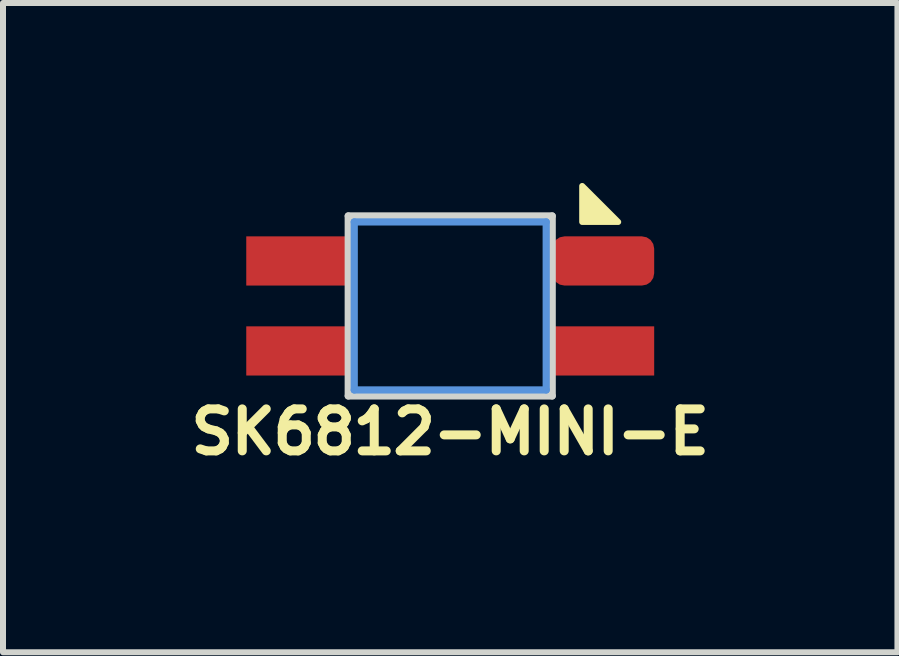
<source format=kicad_pcb>
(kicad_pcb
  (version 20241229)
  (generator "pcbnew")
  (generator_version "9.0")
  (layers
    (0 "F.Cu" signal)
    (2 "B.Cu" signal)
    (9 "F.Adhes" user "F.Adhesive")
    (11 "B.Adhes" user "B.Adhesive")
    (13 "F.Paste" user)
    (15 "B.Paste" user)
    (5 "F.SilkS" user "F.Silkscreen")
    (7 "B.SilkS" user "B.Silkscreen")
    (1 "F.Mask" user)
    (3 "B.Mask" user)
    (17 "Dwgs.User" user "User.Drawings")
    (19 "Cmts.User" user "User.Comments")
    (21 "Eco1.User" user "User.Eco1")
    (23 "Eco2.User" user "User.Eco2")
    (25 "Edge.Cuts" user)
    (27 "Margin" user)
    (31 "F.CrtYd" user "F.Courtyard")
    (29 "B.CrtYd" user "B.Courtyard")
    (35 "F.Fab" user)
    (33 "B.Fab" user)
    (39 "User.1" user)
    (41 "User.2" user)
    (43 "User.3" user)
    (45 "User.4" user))
  (footprint "SK6812-MINI-E"
    (layer "F.Cu")
    (at 4.455 2.05)
    (property "Reference" "SK6812-MINI-E" (at 0 2.1 0) (unlocked yes) (layer "F.SilkS") (effects (font (size 0.7 0.7) (thickness 0.15))))
    (attr through_hole)
    (fp_poly (pts (xy 2.8 -1.4) (xy 2.2 -1.4) (xy 2.2 -2)) (stroke (width 0.1) (type solid)) (fill yes) (layer "F.SilkS"))
    (fp_line (start -1.6 -1.4) (end 1.6 -1.4) (stroke (width 0.12) (type solid)) (layer "Cmts.User"))
    (fp_line (start -1.6 1.4) (end -1.6 -1.4) (stroke (width 0.12) (type solid)) (layer "Cmts.User"))
    (fp_line (start 1.6 -1.4) (end 1.6 1.4) (stroke (width 0.12) (type solid)) (layer "Cmts.User"))
    (fp_line (start 1.6 1.4) (end -1.6 1.4) (stroke (width 0.12) (type solid)) (layer "Cmts.User"))
    (fp_line (start -1.7 -1.5) (end 1.7 -1.5) (stroke (width 0.12) (type solid)) (layer "Edge.Cuts"))
    (fp_line (start -1.7 1.5) (end -1.7 -1.5) (stroke (width 0.12) (type solid)) (layer "Edge.Cuts"))
    (fp_line (start 1.7 -1.5) (end 1.7 1.5) (stroke (width 0.12) (type solid)) (layer "Edge.Cuts"))
    (fp_line (start 1.7 1.5) (end -1.7 1.5) (stroke (width 0.12) (type solid)) (layer "Edge.Cuts"))
    (pad "1" smd rect (at -2.55 0.75) (size 1.7 0.82) (layers "F.Cu" "F.Mask" "F.Paste"))
    (pad "2" smd rect (at -2.55 -0.75) (size 1.7 0.82) (layers "F.Cu" "F.Mask" "F.Paste"))
    (pad "3" smd roundrect (at 2.55 -0.75) (size 1.7 0.82) (layers "F.Cu" "F.Mask" "F.Paste") (roundrect_rratio 0.25))
    (pad "4" smd rect (at 2.55 0.75) (size 1.7 0.82) (layers "F.Cu" "F.Mask" "F.Paste")))
  (gr_rect
    (start -3 -3)
    (end 11.91 7.823)
    (stroke (width 0.1) (type default))
    (fill no)
    (layer "Edge.Cuts")))
</source>
